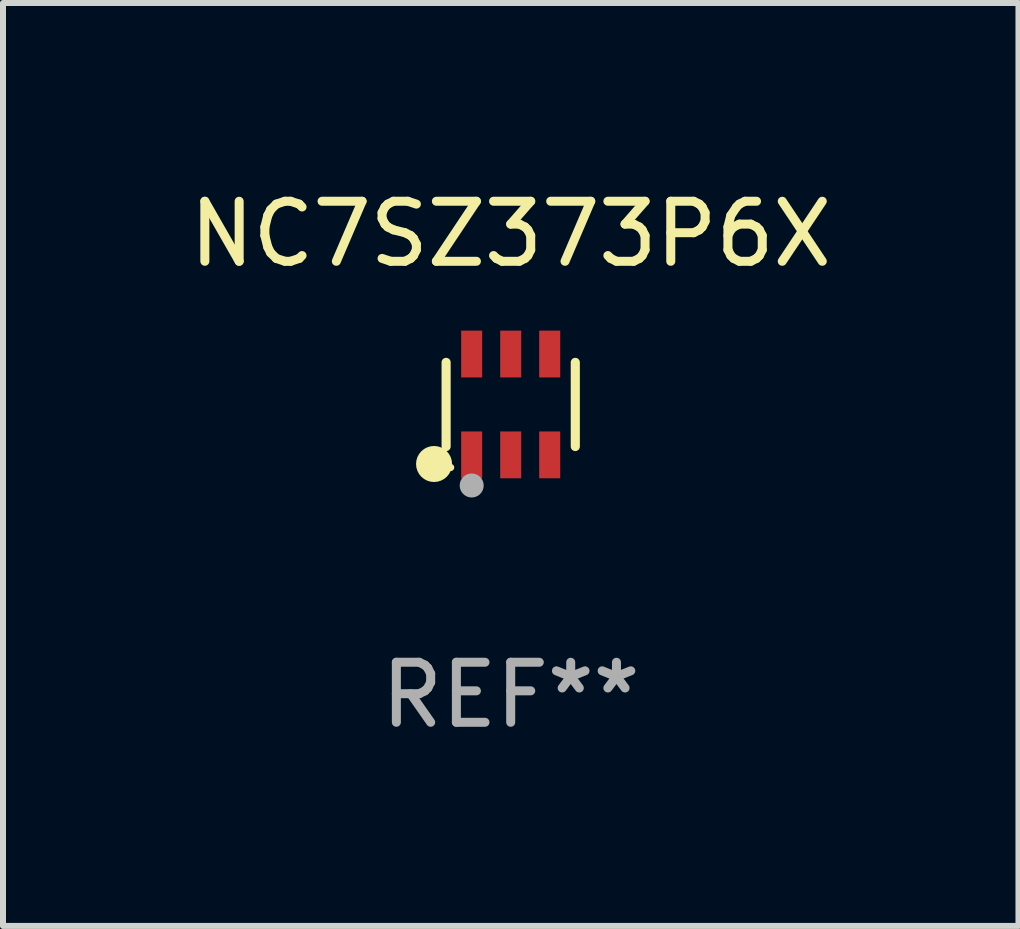
<source format=kicad_pcb>
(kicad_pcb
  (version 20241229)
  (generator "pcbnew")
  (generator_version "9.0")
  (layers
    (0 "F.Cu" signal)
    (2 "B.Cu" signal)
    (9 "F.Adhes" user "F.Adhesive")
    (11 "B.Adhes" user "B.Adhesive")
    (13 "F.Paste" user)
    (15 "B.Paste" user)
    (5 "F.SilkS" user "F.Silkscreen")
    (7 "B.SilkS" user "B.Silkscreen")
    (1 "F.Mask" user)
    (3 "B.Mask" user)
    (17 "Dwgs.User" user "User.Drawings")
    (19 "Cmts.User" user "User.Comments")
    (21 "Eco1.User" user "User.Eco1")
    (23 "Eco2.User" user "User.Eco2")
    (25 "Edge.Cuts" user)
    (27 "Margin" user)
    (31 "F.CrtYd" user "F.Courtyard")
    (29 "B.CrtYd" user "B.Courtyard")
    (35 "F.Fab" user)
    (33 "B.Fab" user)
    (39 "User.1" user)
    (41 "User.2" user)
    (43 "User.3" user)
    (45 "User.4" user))
  (footprint "NC7SZ373P6X"
    (layer "F.Cu")
    (at 5.458 3.688)
    (property "Reference" "NC7SZ373P6X" (at 0 -2.84 0) (layer "F.SilkS") (effects (font (size 1 1) (thickness 0.15))))
    (attr through_hole)
    (fp_line (start -1.076 0.701) (end -1.076 -0.701) (stroke (width 0.152) (type solid)) (layer "F.SilkS"))
    (fp_line (start 1.076 0.701) (end 1.076 -0.701) (stroke (width 0.152) (type solid)) (layer "F.SilkS"))
    (fp_circle (center -1.277 0.992) (end -1.127 0.992) (stroke (width 0.3) (type solid)) (fill no) (layer "F.SilkS"))
    (fp_circle (center -1 1.05) (end -0.97 1.05) (stroke (width 0.06) (type solid)) (fill no) (layer "F.SilkS"))
    (fp_circle (center -0.65 1.35) (end -0.55 1.35) (stroke (width 0.2) (type solid)) (fill no) (layer "F.Fab"))
    (fp_text user "REF**" (at 0 4.84 0) (layer "F.Fab") (effects (font (size 1 1) (thickness 0.15))))
    (pad "1" smd rect (at -0.65 0.84) (size 0.35 0.78) (layers "F.Cu" "F.Mask" "F.Paste"))
    (pad "2" smd rect (at 0 0.84) (size 0.35 0.78) (layers "F.Cu" "F.Mask" "F.Paste"))
    (pad "3" smd rect (at 0.65 0.84) (size 0.35 0.78) (layers "F.Cu" "F.Mask" "F.Paste"))
    (pad "4" smd rect (at 0.65 -0.84) (size 0.35 0.78) (layers "F.Cu" "F.Mask" "F.Paste"))
    (pad "5" smd rect (at 0 -0.84) (size 0.35 0.78) (layers "F.Cu" "F.Mask" "F.Paste"))
    (pad "6" smd rect (at -0.65 -0.84) (size 0.35 0.78) (layers "F.Cu" "F.Mask" "F.Paste")))
  (gr_rect
    (start -3 -3)
    (end 13.917 12.376)
    (stroke (width 0.1) (type default))
    (fill no)
    (layer "Edge.Cuts")))
</source>
